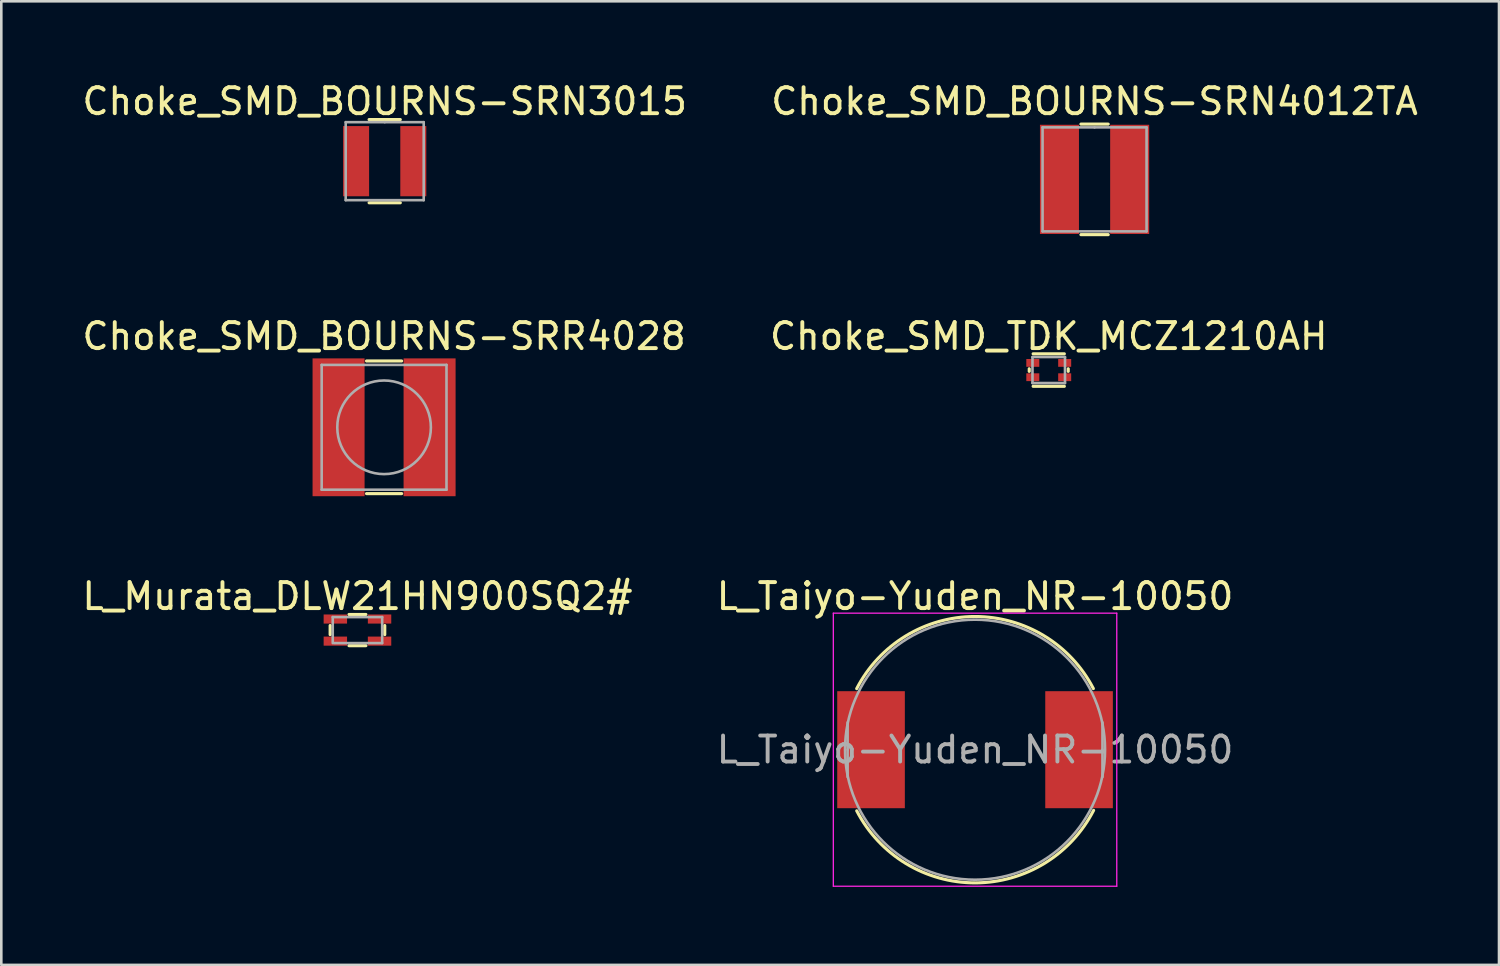
<source format=kicad_pcb>
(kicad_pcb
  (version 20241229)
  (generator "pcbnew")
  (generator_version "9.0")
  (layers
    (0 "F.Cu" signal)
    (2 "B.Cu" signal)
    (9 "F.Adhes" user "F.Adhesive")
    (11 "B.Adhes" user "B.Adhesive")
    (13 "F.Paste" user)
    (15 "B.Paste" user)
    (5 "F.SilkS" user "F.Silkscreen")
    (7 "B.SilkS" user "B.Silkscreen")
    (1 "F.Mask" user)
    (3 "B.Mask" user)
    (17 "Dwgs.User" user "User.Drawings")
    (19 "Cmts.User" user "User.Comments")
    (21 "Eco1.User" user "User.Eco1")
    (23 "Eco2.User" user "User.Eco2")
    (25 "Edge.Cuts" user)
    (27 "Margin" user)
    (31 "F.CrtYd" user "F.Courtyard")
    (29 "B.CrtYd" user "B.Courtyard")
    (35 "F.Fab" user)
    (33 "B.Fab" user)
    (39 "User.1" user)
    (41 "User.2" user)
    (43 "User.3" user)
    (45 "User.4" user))
  (footprint "Choke_SMD_BOURNS-SRN4012TA"
    (layer "F.Cu")
    (at 39.042 3.848)
    (property "Reference" "Choke_SMD_BOURNS-SRN4012TA" (at 0 -3 0) (layer "F.SilkS") (effects (font (size 1 1) (thickness 0.15))))
    (attr smd)
    (fp_line (start -0.525 2.125) (end 0.525 2.125) (stroke (width 0.12) (type solid)) (layer "F.SilkS"))
    (fp_line (start 0.525 -2.125) (end -0.525 -2.125) (stroke (width 0.12) (type solid)) (layer "F.SilkS"))
    (fp_line (start -2 -2) (end 0 -2) (stroke (width 0.1) (type solid)) (layer "F.Fab"))
    (fp_line (start -2 2) (end -2 -2) (stroke (width 0.1) (type solid)) (layer "F.Fab"))
    (fp_line (start 0 -2) (end 2 -2) (stroke (width 0.1) (type solid)) (layer "F.Fab"))
    (fp_line (start 2 -2) (end 2 2) (stroke (width 0.1) (type solid)) (layer "F.Fab"))
    (fp_line (start 2 2) (end -2 2) (stroke (width 0.1) (type solid)) (layer "F.Fab"))
    (pad "1" smd rect (at -1.35 0) (size 1.5 4.2) (layers "F.Cu" "F.Mask" "F.Paste"))
    (pad "2" smd rect (at 1.35 0) (size 1.5 4.2) (layers "F.Cu" "F.Mask" "F.Paste")))
  (footprint "Choke_SMD_BOURNS-SRN3015"
    (layer "F.Cu")
    (at 11.744 3.148)
    (property "Reference" "Choke_SMD_BOURNS-SRN3015" (at 0 -2.3 0) (layer "F.SilkS") (effects (font (size 1 1) (thickness 0.15))))
    (attr smd)
    (fp_line (start -0.6 1.6) (end 0.6 1.6) (stroke (width 0.12) (type solid)) (layer "F.SilkS"))
    (fp_line (start 0.6 -1.6) (end -0.6 -1.6) (stroke (width 0.12) (type solid)) (layer "F.SilkS"))
    (fp_line (start -1.5 -1.5) (end 0 -1.5) (stroke (width 0.1) (type solid)) (layer "F.Fab"))
    (fp_line (start -1.5 1.5) (end -1.5 -1.5) (stroke (width 0.1) (type solid)) (layer "F.Fab"))
    (fp_line (start 0 -1.5) (end 1.5 -1.5) (stroke (width 0.1) (type solid)) (layer "F.Fab"))
    (fp_line (start 1.5 -1.5) (end 1.5 1.5) (stroke (width 0.1) (type solid)) (layer "F.Fab"))
    (fp_line (start 1.5 1.5) (end -1.5 1.5) (stroke (width 0.1) (type solid)) (layer "F.Fab"))
    (pad "1" smd rect (at -1.1 0) (size 1 2.7) (layers "F.Cu" "F.Mask" "F.Paste"))
    (pad "2" smd rect (at 1.1 0) (size 1 2.7) (layers "F.Cu" "F.Mask" "F.Paste")))
  (footprint "L_Murata_DLW21HN900SQ2#"
    (layer "F.Cu")
    (at 10.696 21.18)
    (property "Reference" "L_Murata_DLW21HN900SQ2#" (at 0 -1.3 0) (layer "F.SilkS") (effects (font (size 1 1) (thickness 0.15))))
    (attr through_hole)
    (fp_line (start -1.05 -0.175) (end -1.05 0.175) (stroke (width 0.12) (type solid)) (layer "F.SilkS"))
    (fp_line (start -0.325 0.6) (end 0.325 0.6) (stroke (width 0.12) (type solid)) (layer "F.SilkS"))
    (fp_line (start 0.325 -0.6) (end -0.325 -0.6) (stroke (width 0.12) (type solid)) (layer "F.SilkS"))
    (fp_line (start 1.05 -0.175) (end 1.05 0.175) (stroke (width 0.12) (type solid)) (layer "F.SilkS"))
    (fp_line (start -0.95 -0.5) (end -0.95 0.5) (stroke (width 0.1) (type solid)) (layer "F.Fab"))
    (fp_line (start 0.95 -0.5) (end -0.95 -0.5) (stroke (width 0.1) (type solid)) (layer "F.Fab"))
    (fp_line (start 0.95 -0.5) (end 0.95 0.5) (stroke (width 0.1) (type solid)) (layer "F.Fab"))
    (fp_line (start 0.95 0.5) (end -0.9 0.5) (stroke (width 0.1) (type solid)) (layer "F.Fab"))
    (pad "1" smd rect (at -0.85 -0.425) (size 0.9 0.35) (layers "F.Cu" "F.Mask" "F.Paste"))
    (pad "2" smd rect (at 0.85 -0.425) (size 0.9 0.35) (layers "F.Cu" "F.Mask" "F.Paste"))
    (pad "3" smd rect (at -0.85 0.425) (size 0.9 0.35) (layers "F.Cu" "F.Mask" "F.Paste"))
    (pad "4" smd rect (at 0.85 0.425) (size 0.9 0.35) (layers "F.Cu" "F.Mask" "F.Paste")))
  (footprint "Choke_SMD_TDK_MCZ1210AH"
    (layer "F.Cu")
    (at 37.28 11.181)
    (property "Reference" "Choke_SMD_TDK_MCZ1210AH" (at 0 -1.3 0) (layer "F.SilkS") (effects (font (size 1 1) (thickness 0.15))))
    (attr through_hole)
    (fp_line (start -0.75 -0.05) (end -0.75 0.05) (stroke (width 0.12) (type solid)) (layer "F.SilkS"))
    (fp_line (start -0.6 0.625) (end 0.6 0.625) (stroke (width 0.12) (type solid)) (layer "F.SilkS"))
    (fp_line (start 0.6 -0.625) (end -0.6 -0.625) (stroke (width 0.12) (type solid)) (layer "F.SilkS"))
    (fp_line (start 0.75 -0.05) (end 0.75 0.05) (stroke (width 0.12) (type solid)) (layer "F.SilkS"))
    (fp_line (start -0.625 -0.5) (end -0.625 0.5) (stroke (width 0.1) (type solid)) (layer "F.Fab"))
    (fp_line (start 0.625 -0.5) (end -0.625 -0.5) (stroke (width 0.1) (type solid)) (layer "F.Fab"))
    (fp_line (start 0.625 -0.5) (end 0.625 0.5) (stroke (width 0.1) (type solid)) (layer "F.Fab"))
    (fp_line (start 0.625 0.5) (end -0.625 0.5) (stroke (width 0.1) (type solid)) (layer "F.Fab"))
    (pad "1" smd rect (at -0.613 -0.275) (size 0.5 0.3) (layers "F.Cu" "F.Mask" "F.Paste"))
    (pad "2" smd rect (at 0.613 -0.275) (size 0.5 0.3) (layers "F.Cu" "F.Mask" "F.Paste"))
    (pad "3" smd rect (at -0.613 0.275) (size 0.5 0.3) (layers "F.Cu" "F.Mask" "F.Paste"))
    (pad "4" smd rect (at 0.613 0.275) (size 0.5 0.3) (layers "F.Cu" "F.Mask" "F.Paste")))
  (footprint "L_Taiyo-Yuden_NR-10050"
    (layer "F.Cu")
    (at 34.446 25.78)
    (property "Reference" "L_Taiyo-Yuden_NR-10050" (at 0 -5.9 0) (layer "F.SilkS") (effects (font (size 1 1) (thickness 0.15))))
    (attr smd)
    (fp_arc (start -4.551278 -2.34752) (mid -0.001395 -5.121033) (end 4.549999 -2.349999) (stroke (width 0.12) (type solid)) (layer "F.SilkS"))
    (fp_arc (start 4.559445 2.331619) (mid 0.010333 5.121023) (end -4.549999 2.349999) (stroke (width 0.12) (type solid)) (layer "F.SilkS"))
    (fp_line (start -5.45 -5.25) (end -5.45 5.25) (stroke (width 0.05) (type solid)) (layer "F.CrtYd"))
    (fp_line (start -5.45 5.25) (end 5.45 5.25) (stroke (width 0.05) (type solid)) (layer "F.CrtYd"))
    (fp_line (start 5.45 -5.25) (end -5.45 -5.25) (stroke (width 0.05) (type solid)) (layer "F.CrtYd"))
    (fp_line (start 5.45 5.25) (end 5.45 -5.25) (stroke (width 0.05) (type solid)) (layer "F.CrtYd"))
    (fp_line (start -4.9 0) (end -4.9 -1.05) (stroke (width 0.1) (type solid)) (layer "F.Fab"))
    (fp_line (start -4.9 0) (end -4.9 1.05) (stroke (width 0.1) (type solid)) (layer "F.Fab"))
    (fp_line (start 4.9 0) (end 4.9 -1.05) (stroke (width 0.1) (type solid)) (layer "F.Fab"))
    (fp_line (start 4.9 0) (end 4.9 1.05) (stroke (width 0.1) (type solid)) (layer "F.Fab"))
    (fp_circle (center 0 0) (end 5 0) (stroke (width 0.1) (type solid)) (fill no) (layer "F.Fab"))
    (fp_text user "${REFERENCE}" (at 0 0 0) (layer "F.Fab") (effects (font (size 1 1) (thickness 0.15))))
    (pad "1" smd rect (at -4 0) (size 2.6 4.5) (layers "F.Cu" "F.Mask" "F.Paste"))
    (pad "2" smd rect (at 4 0) (size 2.6 4.5) (layers "F.Cu" "F.Mask" "F.Paste")))
  (footprint "Choke_SMD_BOURNS-SRR4028"
    (layer "F.Cu")
    (at 11.72 13.382)
    (property "Reference" "Choke_SMD_BOURNS-SRR4028" (at 0 -3.5 0) (layer "F.SilkS") (effects (font (size 1 1) (thickness 0.15))))
    (attr smd)
    (fp_line (start -0.675 2.55) (end 0.675 2.55) (stroke (width 0.12) (type solid)) (layer "F.SilkS"))
    (fp_line (start 0.675 -2.55) (end -0.675 -2.55) (stroke (width 0.12) (type solid)) (layer "F.SilkS"))
    (fp_line (start -2.4 -2.4) (end 2.4 -2.4) (stroke (width 0.1) (type solid)) (layer "F.Fab"))
    (fp_line (start -2.4 2.4) (end -2.4 -2.4) (stroke (width 0.1) (type solid)) (layer "F.Fab"))
    (fp_line (start 2.4 -2.4) (end 2.4 2.4) (stroke (width 0.1) (type solid)) (layer "F.Fab"))
    (fp_line (start 2.4 2.4) (end -2.4 2.4) (stroke (width 0.1) (type solid)) (layer "F.Fab"))
    (fp_circle (center 0 0) (end 1.8 0) (stroke (width 0.1) (type solid)) (fill no) (layer "F.Fab"))
    (pad "1" smd rect (at -1.75 0) (size 2 5.3) (layers "F.Cu" "F.Mask" "F.Paste"))
    (pad "2" smd rect (at 1.75 0) (size 2 5.3) (layers "F.Cu" "F.Mask" "F.Paste")))
  (gr_rect
    (start -3 -3)
    (end 54.595 34.055)
    (stroke (width 0.1) (type default))
    (fill no)
    (layer "Edge.Cuts")))
</source>
